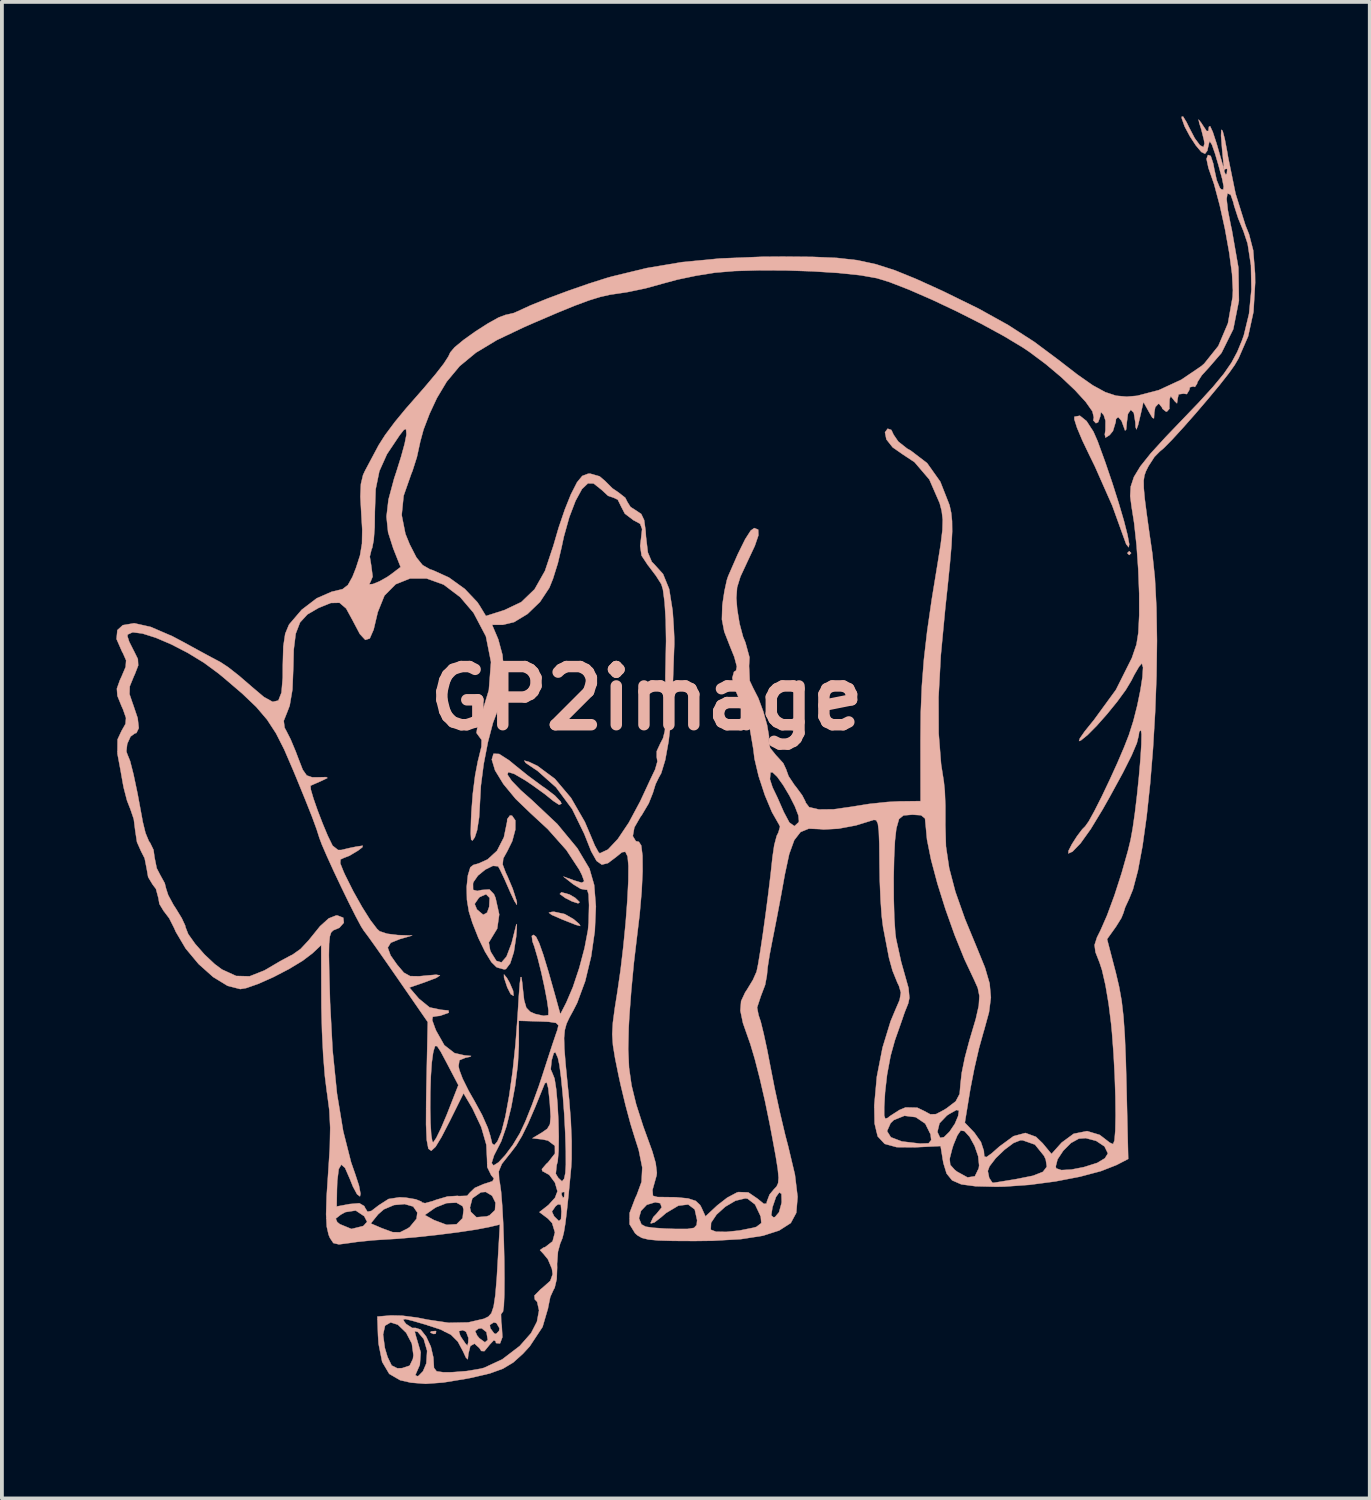
<source format=kicad_pcb>
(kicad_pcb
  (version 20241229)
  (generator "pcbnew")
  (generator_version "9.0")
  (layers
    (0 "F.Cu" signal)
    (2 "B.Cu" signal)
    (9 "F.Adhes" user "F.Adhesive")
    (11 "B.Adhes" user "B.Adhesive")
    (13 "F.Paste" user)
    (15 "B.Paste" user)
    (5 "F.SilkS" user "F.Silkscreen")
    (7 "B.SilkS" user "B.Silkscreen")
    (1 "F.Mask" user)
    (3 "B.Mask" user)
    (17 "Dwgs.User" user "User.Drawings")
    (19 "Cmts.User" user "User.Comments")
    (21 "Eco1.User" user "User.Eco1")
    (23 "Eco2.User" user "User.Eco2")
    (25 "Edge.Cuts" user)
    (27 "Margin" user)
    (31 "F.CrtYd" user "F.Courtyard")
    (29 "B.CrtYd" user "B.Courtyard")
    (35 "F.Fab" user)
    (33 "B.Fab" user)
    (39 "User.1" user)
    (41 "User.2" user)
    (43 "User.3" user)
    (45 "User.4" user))
  (footprint "GP2image"
    (layer "F.Cu")
    (at 13.904 15.259)
    (property "Reference" "GP2image" (at 0 0 0) (layer "B.SilkS") (effects (font (size 1.524 1.524) (thickness 0.3))))
    (attr through_hole)
    (fp_poly (pts (xy 12.7 -3.81) (xy 12.649 -3.759) (xy 12.598 -3.81) (xy 12.649 -3.861) (xy 12.7 -3.81)) (stroke (width 0.01) (type solid)) (fill yes) (layer "B.SilkS"))
    (fp_poly (pts (xy -5.52 16.595) (xy -5.534 16.655) (xy -5.588 16.662) (xy -5.672 16.625) (xy -5.656 16.595) (xy -5.535 16.583) (xy -5.52 16.595)) (stroke (width 0.01) (type solid)) (fill yes) (layer "B.SilkS"))
    (fp_poly (pts (xy -2.027 5.139) (xy -1.874 5.229) (xy -1.758 5.342) (xy -1.797 5.373) (xy -1.957 5.322) (xy -2.134 5.232) (xy -2.279 5.127) (xy -2.239 5.084) (xy -2.229 5.084) (xy -2.027 5.139)) (stroke (width 0.01) (type solid)) (fill yes) (layer "B.SilkS"))
    (fp_poly (pts (xy -3.667 7.326) (xy -3.595 7.451) (xy -3.503 7.665) (xy -3.491 7.792) (xy -3.494 7.795) (xy -3.565 7.754) (xy -3.655 7.577) (xy -3.655 7.577) (xy -3.74 7.322) (xy -3.743 7.235) (xy -3.667 7.326)) (stroke (width 0.01) (type solid)) (fill yes) (layer "B.SilkS"))
    (fp_poly (pts (xy -2.149 5.654) (xy -1.916 5.788) (xy -1.768 5.916) (xy -1.741 5.966) (xy -1.855 5.937) (xy -2.129 5.829) (xy -2.235 5.786) (xy -2.488 5.676) (xy -2.566 5.618) (xy -2.485 5.596) (xy -2.424 5.594) (xy -2.149 5.654)) (stroke (width 0.01) (type solid)) (fill yes) (layer "B.SilkS"))
    (fp_poly (pts (xy 11.53 -7.271) (xy 11.711 -6.992) (xy 11.819 -6.746) (xy 12.02 -6.194) (xy 12.208 -5.64) (xy 12.375 -5.114) (xy 12.511 -4.652) (xy 12.605 -4.283) (xy 12.649 -4.043) (xy 12.635 -3.962) (xy 12.57 -4.042) (xy 12.552 -4.089) (xy 12.204 -5.054) (xy 11.749 -6.082) (xy 11.607 -6.372) (xy 11.418 -6.767) (xy 11.28 -7.096) (xy 11.21 -7.316) (xy 11.211 -7.384) (xy 11.355 -7.411) (xy 11.53 -7.271)) (stroke (width 0.01) (type solid)) (fill yes) (layer "B.SilkS"))
    (fp_poly (pts (xy -3.531 3.074) (xy -3.444 3.198) (xy -3.445 3.44) (xy -3.525 3.74) (xy -3.652 3.998) (xy -3.761 4.195) (xy -3.777 4.353) (xy -3.698 4.564) (xy -3.65 4.665) (xy -3.513 4.99) (xy -3.413 5.3) (xy -3.404 5.341) (xy -3.405 5.41) (xy -3.469 5.312) (xy -3.583 5.069) (xy -3.593 5.045) (xy -3.732 4.729) (xy -3.843 4.495) (xy -3.896 4.401) (xy -4.032 4.389) (xy -4.23 4.486) (xy -4.424 4.644) (xy -4.543 4.815) (xy -4.554 4.856) (xy -4.552 5.018) (xy -4.442 5.047) (xy -4.327 5.022) (xy -4.124 5.008) (xy -4.005 5.132) (xy -3.964 5.228) (xy -3.867 5.664) (xy -3.92 6.035) (xy -4.029 6.215) (xy -4.14 6.398) (xy -4.104 6.605) (xy -4.082 6.655) (xy -3.941 6.882) (xy -3.807 6.92) (xy -3.675 6.767) (xy -3.543 6.418) (xy -3.423 5.944) (xy -3.405 5.915) (xy -3.408 6.057) (xy -3.422 6.241) (xy -3.483 6.646) (xy -3.578 6.944) (xy -3.691 7.094) (xy -3.737 7.104) (xy -3.89 7.062) (xy -3.94 7.044) (xy -4.072 6.913) (xy -4.238 6.641) (xy -4.413 6.28) (xy -4.57 5.883) (xy -4.662 5.588) (xy -4.695 5.388) (xy -4.511 5.388) (xy -4.452 5.53) (xy -4.444 5.539) (xy -4.285 5.672) (xy -4.184 5.615) (xy -4.13 5.463) (xy -4.118 5.23) (xy -4.212 5.134) (xy -4.377 5.206) (xy -4.404 5.232) (xy -4.511 5.388) (xy -4.695 5.388) (xy -4.713 5.278) (xy -4.72 4.942) (xy -4.688 4.639) (xy -4.624 4.428) (xy -4.545 4.366) (xy -4.41 4.328) (xy -4.186 4.227) (xy -4.169 4.218) (xy -3.925 3.994) (xy -3.744 3.64) (xy -3.66 3.231) (xy -3.658 3.167) (xy -3.586 3.069) (xy -3.531 3.074)) (stroke (width 0.01) (type solid)) (fill yes) (layer "B.SilkS"))
    (fp_poly (pts (xy 14.151 -15.107) (xy 14.216 -14.973) (xy 14.367 -14.684) (xy 14.501 -14.503) (xy 14.594 -14.451) (xy 14.622 -14.546) (xy 14.607 -14.641) (xy 14.535 -14.926) (xy 14.484 -15.088) (xy 14.467 -15.177) (xy 14.539 -15.085) (xy 14.569 -15.037) (xy 14.679 -14.873) (xy 14.725 -14.877) (xy 14.738 -14.986) (xy 14.769 -15.001) (xy 14.839 -14.851) (xy 14.932 -14.568) (xy 14.944 -14.529) (xy 15.135 -13.868) (xy 15.083 -14.402) (xy 15.056 -14.751) (xy 15.063 -14.908) (xy 15.097 -14.879) (xy 15.152 -14.672) (xy 15.224 -14.293) (xy 15.239 -14.199) (xy 15.437 -13.229) (xy 15.694 -12.407) (xy 15.789 -12.17) (xy 15.898 -11.749) (xy 15.947 -11.138) (xy 15.95 -10.9) (xy 15.906 -10.134) (xy 15.766 -9.493) (xy 15.514 -8.913) (xy 15.412 -8.738) (xy 15.259 -8.522) (xy 15.016 -8.213) (xy 14.713 -7.848) (xy 14.384 -7.463) (xy 14.059 -7.095) (xy 13.772 -6.782) (xy 13.553 -6.56) (xy 13.448 -6.472) (xy 13.309 -6.33) (xy 13.157 -6.095) (xy 13.145 -6.073) (xy 13.086 -5.955) (xy 13.047 -5.844) (xy 13.027 -5.708) (xy 13.03 -5.516) (xy 13.055 -5.238) (xy 13.106 -4.842) (xy 13.182 -4.297) (xy 13.253 -3.81) (xy 13.322 -3.154) (xy 13.362 -2.379) (xy 13.376 -1.514) (xy 13.364 -0.59) (xy 13.328 0.363) (xy 13.272 1.315) (xy 13.197 2.236) (xy 13.105 3.096) (xy 12.998 3.864) (xy 12.877 4.512) (xy 12.746 5.008) (xy 12.646 5.254) (xy 12.542 5.478) (xy 12.497 5.623) (xy 12.497 5.623) (xy 12.443 5.756) (xy 12.31 5.971) (xy 12.283 6.01) (xy 12.068 6.311) (xy 12.298 7.194) (xy 12.384 7.56) (xy 12.45 7.929) (xy 12.498 8.345) (xy 12.533 8.848) (xy 12.559 9.481) (xy 12.575 10.075) (xy 12.622 12.073) (xy 12.315 12.232) (xy 11.907 12.392) (xy 11.352 12.539) (xy 10.708 12.663) (xy 10.031 12.752) (xy 9.379 12.798) (xy 9.161 12.802) (xy 8.621 12.789) (xy 8.247 12.739) (xy 8.006 12.634) (xy 7.861 12.455) (xy 7.778 12.184) (xy 7.759 12.078) (xy 7.758 12.069) (xy 7.941 12.069) (xy 7.957 12.227) (xy 8.072 12.356) (xy 8.134 12.405) (xy 8.41 12.557) (xy 8.602 12.527) (xy 8.67 12.389) (xy 8.941 12.389) (xy 8.978 12.57) (xy 9.058 12.691) (xy 9.085 12.699) (xy 9.181 12.684) (xy 9.421 12.645) (xy 9.688 12.601) (xy 10.127 12.513) (xy 10.386 12.411) (xy 10.489 12.276) (xy 10.489 12.274) (xy 10.721 12.274) (xy 10.736 12.321) (xy 10.869 12.365) (xy 11.132 12.351) (xy 11.464 12.286) (xy 11.804 12.178) (xy 11.811 12.176) (xy 12.011 12.055) (xy 12.09 11.928) (xy 12.001 11.745) (xy 11.782 11.599) (xy 11.508 11.527) (xy 11.329 11.54) (xy 11.122 11.654) (xy 10.92 11.856) (xy 10.77 12.083) (xy 10.721 12.274) (xy 10.489 12.274) (xy 10.46 12.087) (xy 10.415 11.991) (xy 10.178 11.697) (xy 9.857 11.584) (xy 9.8 11.582) (xy 9.617 11.654) (xy 9.381 11.83) (xy 9.149 12.053) (xy 8.985 12.268) (xy 8.941 12.389) (xy 8.67 12.389) (xy 8.704 12.317) (xy 8.714 12.242) (xy 8.689 12.001) (xy 8.596 11.732) (xy 8.465 11.493) (xy 8.329 11.343) (xy 8.231 11.328) (xy 8.143 11.456) (xy 8.041 11.703) (xy 8.01 11.8) (xy 7.941 12.069) (xy 7.758 12.069) (xy 7.704 11.735) (xy 7.024 11.768) (xy 6.552 11.764) (xy 6.238 11.678) (xy 6.055 11.482) (xy 6.021 11.343) (xy 6.3 11.343) (xy 6.4 11.504) (xy 6.688 11.614) (xy 7.156 11.669) (xy 7.174 11.67) (xy 7.39 11.662) (xy 7.458 11.578) (xy 7.441 11.427) (xy 7.41 11.365) (xy 7.62 11.365) (xy 7.692 11.519) (xy 7.793 11.501) (xy 7.937 11.359) (xy 8.078 11.151) (xy 8.164 10.947) (xy 8.185 10.806) (xy 8.119 10.789) (xy 7.93 10.895) (xy 7.87 10.934) (xy 7.675 11.138) (xy 7.62 11.365) (xy 7.41 11.365) (xy 7.301 11.146) (xy 7.052 10.978) (xy 6.756 10.941) (xy 6.479 11.052) (xy 6.393 11.135) (xy 6.3 11.343) (xy 6.021 11.343) (xy 5.974 11.145) (xy 5.97 10.934) (xy 6.225 10.934) (xy 6.254 11.017) (xy 6.318 10.997) (xy 6.375 10.95) (xy 6.622 10.791) (xy 6.787 10.722) (xy 7.092 10.729) (xy 7.264 10.811) (xy 7.435 10.903) (xy 7.584 10.898) (xy 7.794 10.787) (xy 7.864 10.743) (xy 8.1 10.563) (xy 8.203 10.369) (xy 8.225 10.109) (xy 8.258 9.816) (xy 8.341 9.41) (xy 8.458 8.97) (xy 8.482 8.89) (xy 8.627 8.401) (xy 8.705 8.054) (xy 8.721 7.8) (xy 8.678 7.588) (xy 8.587 7.384) (xy 8.329 6.837) (xy 8.072 6.203) (xy 7.831 5.525) (xy 7.62 4.852) (xy 7.454 4.229) (xy 7.348 3.702) (xy 7.315 3.351) (xy 7.295 3.147) (xy 7.192 3.063) (xy 6.964 3.048) (xy 6.731 3.067) (xy 6.614 3.162) (xy 6.548 3.394) (xy 6.541 3.429) (xy 6.507 3.732) (xy 6.485 4.177) (xy 6.474 4.703) (xy 6.476 5.247) (xy 6.49 5.748) (xy 6.516 6.146) (xy 6.536 6.299) (xy 6.67 6.907) (xy 6.863 7.593) (xy 6.886 7.852) (xy 6.854 7.999) (xy 6.772 8.203) (xy 6.744 8.28) (xy 6.695 8.425) (xy 6.6 8.696) (xy 6.506 8.962) (xy 6.393 9.369) (xy 6.3 9.868) (xy 6.248 10.324) (xy 6.225 10.714) (xy 6.225 10.934) (xy 5.97 10.934) (xy 5.965 10.666) (xy 6.033 9.915) (xy 6.182 9.153) (xy 6.393 8.464) (xy 6.507 8.191) (xy 6.63 7.905) (xy 6.663 7.714) (xy 6.613 7.538) (xy 6.57 7.45) (xy 6.443 7.136) (xy 6.352 6.806) (xy 6.288 6.472) (xy 6.214 6.086) (xy 6.196 5.994) (xy 6.16 5.706) (xy 6.13 5.277) (xy 6.109 4.769) (xy 6.102 4.333) (xy 6.097 3.82) (xy 6.084 3.481) (xy 6.059 3.282) (xy 6.016 3.193) (xy 5.952 3.184) (xy 5.931 3.191) (xy 5.484 3.329) (xy 5.024 3.415) (xy 4.636 3.436) (xy 4.538 3.426) (xy 4.249 3.414) (xy 4.032 3.503) (xy 3.867 3.716) (xy 3.735 4.081) (xy 3.619 4.622) (xy 3.61 4.674) (xy 3.515 5.199) (xy 3.411 5.748) (xy 3.318 6.222) (xy 3.295 6.337) (xy 3.221 6.723) (xy 3.169 7.057) (xy 3.15 7.261) (xy 3.104 7.51) (xy 2.995 7.796) (xy 2.992 7.804) (xy 2.893 8.105) (xy 2.932 8.304) (xy 2.989 8.474) (xy 3.068 8.797) (xy 3.16 9.224) (xy 3.243 9.656) (xy 3.358 10.243) (xy 3.495 10.872) (xy 3.632 11.451) (xy 3.707 11.736) (xy 3.885 12.485) (xy 3.955 13.066) (xy 3.92 13.486) (xy 3.778 13.75) (xy 3.769 13.758) (xy 3.471 13.949) (xy 3.045 14.086) (xy 2.472 14.175) (xy 1.731 14.218) (xy 1.254 14.224) (xy 0.697 14.221) (xy 0.306 14.21) (xy 0.043 14.185) (xy -0.128 14.142) (xy -0.244 14.075) (xy -0.306 14.019) (xy -0.366 13.921) (xy 1.678 13.921) (xy 1.683 13.93) (xy 1.817 13.98) (xy 2.087 13.985) (xy 2.432 13.949) (xy 2.791 13.877) (xy 2.874 13.854) (xy 3.004 13.755) (xy 2.989 13.581) (xy 2.975 13.551) (xy 3.264 13.551) (xy 3.323 13.604) (xy 3.364 13.594) (xy 3.468 13.471) (xy 3.534 13.232) (xy 3.538 13.2) (xy 3.532 12.988) (xy 3.475 12.949) (xy 3.389 13.069) (xy 3.298 13.334) (xy 3.295 13.348) (xy 3.264 13.551) (xy 2.975 13.551) (xy 2.839 13.265) (xy 2.644 13.115) (xy 2.583 13.106) (xy 2.326 13.168) (xy 2.059 13.325) (xy 1.83 13.532) (xy 1.687 13.745) (xy 1.678 13.921) (xy -0.366 13.921) (xy -0.45 13.784) (xy -0.449 13.626) (xy -0.204 13.626) (xy -0.139 13.788) (xy -0.025 13.849) (xy 0.172 13.877) (xy 0.49 13.899) (xy 0.737 13.907) (xy 1.066 13.908) (xy 1.24 13.88) (xy 1.309 13.804) (xy 1.321 13.678) (xy 1.258 13.395) (xy 1.087 13.267) (xy 0.829 13.298) (xy 0.508 13.489) (xy 0.381 13.598) (xy 0.204 13.736) (xy 0.108 13.764) (xy 0.102 13.747) (xy 0.172 13.598) (xy 0.254 13.513) (xy 0.393 13.344) (xy 0.355 13.234) (xy 0.224 13.208) (xy 0.001 13.275) (xy -0.15 13.434) (xy -0.204 13.626) (xy -0.449 13.626) (xy -0.448 13.487) (xy -0.298 13.092) (xy -0.263 13.022) (xy -0.136 12.675) (xy -0.117 12.298) (xy -0.21 11.838) (xy -0.311 11.522) (xy -0.425 11.153) (xy -0.556 10.664) (xy -0.683 10.136) (xy -0.738 9.884) (xy -0.83 9.43) (xy -0.885 9.091) (xy -0.904 8.802) (xy -0.887 8.496) (xy -0.835 8.108) (xy -0.77 7.699) (xy -0.686 7.12) (xy -0.613 6.499) (xy -0.552 5.877) (xy -0.508 5.291) (xy -0.482 4.783) (xy -0.479 4.391) (xy -0.5 4.155) (xy -0.505 4.135) (xy -0.561 4.02) (xy -0.649 4.033) (xy -0.807 4.161) (xy -1.016 4.318) (xy -1.177 4.358) (xy -1.314 4.261) (xy -1.456 4.008) (xy -1.626 3.58) (xy -1.635 3.556) (xy -1.954 2.902) (xy -2.378 2.33) (xy -2.866 1.896) (xy -2.961 1.834) (xy -3.174 1.689) (xy -3.21 1.63) (xy -3.083 1.665) (xy -2.865 1.769) (xy -2.409 2.107) (xy -1.985 2.608) (xy -1.624 3.234) (xy -1.476 3.581) (xy -1.361 3.856) (xy -1.266 4.029) (xy -1.231 4.062) (xy -1.016 3.961) (xy -0.758 3.686) (xy -0.471 3.258) (xy -0.171 2.698) (xy -0.05 2.438) (xy 0.088 2.14) (xy 0.21 1.884) (xy 0.22 1.864) (xy 0.28 1.653) (xy 0.262 1.537) (xy 0.263 1.382) (xy 0.355 1.183) (xy 0.428 1.042) (xy 0.474 0.858) (xy 0.497 0.591) (xy 0.501 0.201) (xy 0.488 -0.352) (xy 0.488 -0.356) (xy 0.488 -0.599) (xy 0.495 -0.905) (xy 0.495 -0.914) (xy 0.507 -1.508) (xy 0.498 -2.058) (xy 0.469 -2.521) (xy 0.425 -2.855) (xy 0.383 -2.994) (xy 0.244 -3.213) (xy 0.049 -3.471) (xy 0.029 -3.495) (xy -0.135 -3.744) (xy -0.172 -3.998) (xy -0.15 -4.18) (xy -0.121 -4.44) (xy -0.172 -4.577) (xy -0.331 -4.664) (xy -0.344 -4.669) (xy -0.575 -4.845) (xy -0.669 -5.027) (xy -0.759 -5.21) (xy -0.863 -5.26) (xy -1.013 -5.311) (xy -1.182 -5.467) (xy -1.392 -5.635) (xy -1.541 -5.638) (xy -1.698 -5.488) (xy -1.867 -5.178) (xy -2.031 -4.748) (xy -2.173 -4.239) (xy -2.231 -3.967) (xy -2.33 -3.545) (xy -2.458 -3.135) (xy -2.553 -2.9) (xy -2.798 -2.529) (xy -3.125 -2.214) (xy -3.478 -2) (xy -3.77 -1.93) (xy -4.054 -1.93) (xy -3.892 -1.549) (xy -3.782 -1.141) (xy -3.74 -0.655) (xy -3.767 -0.176) (xy -3.863 0.212) (xy -3.887 0.264) (xy -4.03 0.637) (xy -4.163 1.145) (xy -4.274 1.718) (xy -4.348 2.289) (xy -4.372 2.73) (xy -4.394 3.118) (xy -4.446 3.453) (xy -4.507 3.64) (xy -4.568 3.727) (xy -4.603 3.702) (xy -4.614 3.537) (xy -4.606 3.207) (xy -4.596 2.979) (xy -4.559 2.497) (xy -4.499 2.023) (xy -4.427 1.645) (xy -4.41 1.581) (xy -4.333 1.264) (xy -4.329 1.087) (xy -4.393 1.001) (xy -4.463 0.904) (xy -4.433 0.722) (xy -4.384 0.589) (xy -4.139 -0.218) (xy -4.082 -0.954) (xy -4.216 -1.628) (xy -4.541 -2.245) (xy -4.89 -2.655) (xy -5.323 -2.983) (xy -5.771 -3.144) (xy -6.202 -3.145) (xy -6.581 -2.993) (xy -6.876 -2.695) (xy -7.053 -2.256) (xy -7.057 -2.235) (xy -7.159 -1.804) (xy -7.261 -1.571) (xy -7.378 -1.534) (xy -7.521 -1.689) (xy -7.702 -2.031) (xy -7.704 -2.036) (xy -7.88 -2.358) (xy -8.054 -2.507) (xy -8.282 -2.502) (xy -8.603 -2.372) (xy -8.895 -2.202) (xy -9.089 -1.991) (xy -9.202 -1.697) (xy -9.254 -1.277) (xy -9.264 -0.844) (xy -9.288 -0.234) (xy -9.36 0.19) (xy -9.42 0.347) (xy -9.516 0.588) (xy -9.493 0.768) (xy -9.445 0.857) (xy -9.335 1.073) (xy -9.202 1.391) (xy -9.133 1.574) (xy -9.018 1.87) (xy -8.913 2.019) (xy -8.77 2.068) (xy -8.616 2.068) (xy -8.399 2.063) (xy -8.369 2.086) (xy -8.512 2.155) (xy -8.534 2.165) (xy -8.73 2.251) (xy -8.814 2.289) (xy -8.806 2.39) (xy -8.737 2.624) (xy -8.627 2.939) (xy -8.495 3.282) (xy -8.362 3.6) (xy -8.245 3.841) (xy -8.234 3.861) (xy -8.092 3.973) (xy -8.01 3.974) (xy -7.807 3.925) (xy -7.62 3.887) (xy -7.445 3.861) (xy -7.456 3.903) (xy -7.569 3.99) (xy -7.795 4.125) (xy -7.936 4.179) (xy -8.028 4.222) (xy -8.034 4.323) (xy -7.949 4.537) (xy -7.91 4.623) (xy -7.694 5.055) (xy -7.463 5.466) (xy -7.246 5.811) (xy -7.07 6.042) (xy -7.002 6.104) (xy -6.805 6.169) (xy -6.524 6.204) (xy -6.502 6.205) (xy -6.147 6.216) (xy -6.477 6.311) (xy -6.711 6.406) (xy -6.789 6.535) (xy -6.715 6.737) (xy -6.545 6.979) (xy -6.366 7.19) (xy -6.202 7.28) (xy -5.964 7.284) (xy -5.817 7.269) (xy -5.52 7.243) (xy -5.42 7.262) (xy -5.516 7.326) (xy -5.809 7.437) (xy -5.836 7.447) (xy -6.222 7.58) (xy -5.972 7.871) (xy -5.692 8.1) (xy -5.397 8.162) (xy -5.198 8.181) (xy -5.188 8.235) (xy -5.203 8.245) (xy -5.42 8.321) (xy -5.507 8.33) (xy -5.61 8.347) (xy -5.624 8.433) (xy -5.55 8.639) (xy -5.522 8.709) (xy -5.306 9.091) (xy -5.039 9.298) (xy -4.775 9.358) (xy -4.604 9.373) (xy -4.63 9.394) (xy -4.75 9.419) (xy -4.91 9.485) (xy -4.933 9.638) (xy -4.914 9.735) (xy -4.827 9.967) (xy -4.666 10.291) (xy -4.509 10.566) (xy -4.316 10.92) (xy -4.166 11.259) (xy -4.103 11.459) (xy -4.051 11.672) (xy -3.995 11.709) (xy -3.913 11.611) (xy -3.81 11.37) (xy -3.706 10.961) (xy -3.606 10.417) (xy -3.515 9.774) (xy -3.44 9.066) (xy -3.385 8.331) (xy -3.353 7.805) (xy -3.327 7.468) (xy -3.305 7.306) (xy -3.285 7.306) (xy -3.264 7.454) (xy -3.253 7.567) (xy -3.214 7.912) (xy -3.156 8.11) (xy -3.052 8.216) (xy -2.923 8.272) (xy -2.703 8.321) (xy -2.579 8.303) (xy -2.575 8.184) (xy -2.612 7.923) (xy -2.679 7.571) (xy -2.764 7.183) (xy -2.857 6.81) (xy -2.946 6.506) (xy -2.994 6.375) (xy -3.013 6.228) (xy -2.967 6.198) (xy -2.902 6.248) (xy -2.82 6.413) (xy -2.713 6.715) (xy -2.574 7.173) (xy -2.405 7.771) (xy -2.265 8.278) (xy -2.109 7.974) (xy -1.936 7.569) (xy -1.768 7.064) (xy -1.629 6.54) (xy -1.541 6.076) (xy -1.523 5.885) (xy -1.512 5.421) (xy -1.524 5.138) (xy -1.561 5.016) (xy -1.603 5.015) (xy -1.729 4.993) (xy -1.925 4.873) (xy -1.933 4.867) (xy -2.184 4.67) (xy -1.905 4.771) (xy -1.702 4.832) (xy -1.639 4.793) (xy -1.701 4.624) (xy -1.768 4.491) (xy -2.106 3.976) (xy -2.594 3.427) (xy -3.045 3.01) (xy -3.437 2.633) (xy -3.758 2.244) (xy -3.976 1.887) (xy -4.061 1.605) (xy -4.061 1.6) (xy -4.016 1.45) (xy -3.869 1.456) (xy -3.61 1.622) (xy -3.451 1.753) (xy -3.113 2.025) (xy -2.745 2.297) (xy -2.651 2.361) (xy -2.409 2.546) (xy -2.259 2.704) (xy -2.235 2.76) (xy -2.297 2.788) (xy -2.451 2.687) (xy -2.464 2.676) (xy -2.68 2.502) (xy -2.984 2.283) (xy -3.175 2.153) (xy -3.473 1.979) (xy -3.63 1.931) (xy -3.651 1.996) (xy -3.541 2.159) (xy -3.304 2.405) (xy -3.015 2.661) (xy -2.346 3.291) (xy -1.82 3.927) (xy -1.502 4.461) (xy -1.378 4.89) (xy -1.333 5.452) (xy -1.361 6.095) (xy -1.457 6.765) (xy -1.613 7.412) (xy -1.824 7.983) (xy -1.924 8.179) (xy -2.028 8.369) (xy -2.103 8.529) (xy -2.148 8.694) (xy -2.167 8.901) (xy -2.159 9.183) (xy -2.128 9.576) (xy -2.075 10.116) (xy -2.034 10.516) (xy -1.991 11.056) (xy -1.968 11.603) (xy -1.969 12.076) (xy -1.981 12.294) (xy -2.043 12.945) (xy -2.093 13.425) (xy -2.134 13.765) (xy -2.172 13.996) (xy -2.211 14.151) (xy -2.255 14.259) (xy -2.264 14.275) (xy -2.327 14.503) (xy -2.351 14.822) (xy -2.349 14.919) (xy -2.36 15.223) (xy -2.414 15.452) (xy -2.44 15.496) (xy -2.528 15.688) (xy -2.585 15.966) (xy -2.586 15.982) (xy -2.731 16.477) (xy -3.067 16.986) (xy -3.245 17.18) (xy -3.498 17.408) (xy -3.769 17.571) (xy -4.114 17.696) (xy -4.59 17.808) (xy -4.737 17.836) (xy -5.334 17.934) (xy -5.796 17.968) (xy -6.184 17.937) (xy -6.465 17.873) (xy -6.75 17.707) (xy -6.935 17.394) (xy -7.03 16.918) (xy -7.044 16.698) (xy -7.045 16.677) (xy -6.912 16.677) (xy -6.865 17.028) (xy -6.795 17.262) (xy -6.687 17.487) (xy -6.538 17.561) (xy -6.414 17.557) (xy -6.215 17.492) (xy -6.13 17.315) (xy -6.116 17.216) (xy -6.158 16.912) (xy -6.309 16.624) (xy -6.345 16.59) (xy -6.084 16.59) (xy -6.049 16.722) (xy -5.925 17.141) (xy -5.948 17.47) (xy -5.995 17.577) (xy -6.065 17.738) (xy -6.018 17.769) (xy -5.984 17.76) (xy -5.865 17.638) (xy -5.778 17.433) (xy -5.757 17.102) (xy -5.846 16.793) (xy -6.005 16.605) (xy -6.084 16.59) (xy -6.345 16.59) (xy -6.524 16.418) (xy -6.713 16.358) (xy -6.86 16.443) (xy -6.912 16.677) (xy -7.045 16.677) (xy -7.059 16.281) (xy -6.385 16.281) (xy -6.351 16.345) (xy -6.304 16.402) (xy -6.145 16.504) (xy -6.061 16.502) (xy -5.926 16.546) (xy -5.782 16.729) (xy -5.66 16.993) (xy -5.593 17.278) (xy -5.588 17.362) (xy -5.577 17.55) (xy -5.508 17.64) (xy -5.328 17.666) (xy -5.105 17.664) (xy -4.723 17.634) (xy -4.357 17.572) (xy -4.267 17.549) (xy -3.788 17.327) (xy -3.329 16.976) (xy -3.032 16.639) (xy -2.878 16.339) (xy -2.823 16.043) (xy -2.873 15.818) (xy -2.934 15.756) (xy -2.944 15.655) (xy -2.779 15.487) (xy -2.735 15.453) (xy -2.528 15.268) (xy -2.466 15.094) (xy -2.486 14.951) (xy -2.59 14.704) (xy -2.705 14.563) (xy -2.798 14.463) (xy -2.711 14.399) (xy -2.66 14.382) (xy -2.468 14.233) (xy -2.406 13.998) (xy -2.481 13.753) (xy -2.589 13.637) (xy -2.814 13.467) (xy -2.796 13.453) (xy -2.486 13.453) (xy -2.427 13.577) (xy -2.302 13.7) (xy -2.247 13.652) (xy -2.235 13.45) (xy -2.252 13.271) (xy -2.325 13.263) (xy -2.389 13.311) (xy -2.486 13.453) (xy -2.796 13.453) (xy -2.575 13.279) (xy -2.404 13.09) (xy -2.372 13.005) (xy -2.235 13.005) (xy -2.198 13.088) (xy -2.167 13.073) (xy -2.155 12.952) (xy -2.167 12.937) (xy -2.228 12.951) (xy -2.235 13.005) (xy -2.372 13.005) (xy -2.34 12.921) (xy -2.406 12.693) (xy -2.556 12.49) (xy -2.725 12.396) (xy -2.735 12.395) (xy -2.749 12.34) (xy -2.632 12.203) (xy -2.59 12.166) (xy -2.406 11.931) (xy -2.408 11.728) (xy -2.587 11.592) (xy -2.726 11.562) (xy -2.997 11.53) (xy -2.743 11.378) (xy -2.607 11.282) (xy -2.537 11.163) (xy -2.519 10.965) (xy -2.539 10.629) (xy -2.544 10.566) (xy -2.581 10.22) (xy -2.622 10.065) (xy -2.671 10.09) (xy -2.679 10.109) (xy -2.921 10.706) (xy -3.112 11.148) (xy -3.272 11.473) (xy -3.419 11.718) (xy -3.572 11.919) (xy -3.6 11.952) (xy -3.799 12.205) (xy -3.879 12.399) (xy -3.868 12.617) (xy -3.851 12.696) (xy -3.818 12.931) (xy -3.789 13.292) (xy -3.764 13.74) (xy -3.746 14.237) (xy -3.734 14.743) (xy -3.73 15.218) (xy -3.733 15.626) (xy -3.746 15.926) (xy -3.768 16.079) (xy -3.782 16.09) (xy -3.82 16.144) (xy -3.815 16.342) (xy -3.801 16.439) (xy -3.784 16.745) (xy -3.844 16.906) (xy -3.85 16.91) (xy -3.951 16.9) (xy -3.962 16.849) (xy -4.009 16.826) (xy -4.123 16.948) (xy -4.129 16.957) (xy -4.256 17.112) (xy -4.337 17.107) (xy -4.389 17.028) (xy -4.514 16.915) (xy -4.624 16.976) (xy -4.677 17.188) (xy -4.678 17.202) (xy -4.691 17.326) (xy -4.739 17.282) (xy -4.814 17.12) (xy -4.952 16.861) (xy -5.131 16.682) (xy -5.314 16.589) (xy -4.925 16.589) (xy -4.887 16.709) (xy -4.853 16.764) (xy -4.746 16.921) (xy -4.7 16.967) (xy -4.679 16.882) (xy -4.674 16.764) (xy -4.738 16.598) (xy -4.769 16.585) (xy -4.498 16.585) (xy -4.447 16.701) (xy -4.387 16.774) (xy -4.241 16.88) (xy -4.167 16.817) (xy -4.201 16.615) (xy -4.203 16.61) (xy -4.329 16.511) (xy -4.408 16.52) (xy -4.498 16.585) (xy -4.769 16.585) (xy -4.827 16.561) (xy -4.925 16.589) (xy -5.314 16.589) (xy -5.404 16.544) (xy -5.766 16.425) (xy -4.113 16.425) (xy -4.101 16.51) (xy -4.001 16.644) (xy -3.952 16.662) (xy -3.871 16.58) (xy -3.861 16.51) (xy -3.94 16.375) (xy -4.01 16.358) (xy -4.113 16.425) (xy -5.766 16.425) (xy -5.784 16.419) (xy -6.135 16.317) (xy -6.324 16.271) (xy -6.385 16.281) (xy -7.059 16.281) (xy -7.061 16.205) (xy -6.705 16.175) (xy -6.407 16.182) (xy -6.016 16.232) (xy -5.74 16.287) (xy -5.192 16.368) (xy -4.679 16.358) (xy -4.265 16.262) (xy -4.15 16.205) (xy -4.072 16.117) (xy -4.013 15.94) (xy -3.968 15.64) (xy -3.93 15.185) (xy -3.916 14.948) (xy -3.849 13.792) (xy -4.134 13.859) (xy -4.472 13.924) (xy -4.947 13.995) (xy -5.493 14.064) (xy -6.043 14.123) (xy -6.534 14.165) (xy -6.756 14.178) (xy -7.179 14.205) (xy -7.595 14.248) (xy -7.796 14.277) (xy -8.069 14.313) (xy -8.215 14.278) (xy -8.305 14.143) (xy -8.34 14.059) (xy -8.388 13.848) (xy -8.399 13.637) (xy -8.153 13.637) (xy -8.114 13.727) (xy -8.044 13.783) (xy -7.741 13.908) (xy -7.438 13.833) (xy -7.423 13.824) (xy -7.369 13.764) (xy -7.234 13.764) (xy -6.945 13.888) (xy -6.662 13.992) (xy -6.467 13.996) (xy -6.27 13.897) (xy -6.214 13.859) (xy -6.035 13.642) (xy -6.022 13.543) (xy -5.817 13.543) (xy -5.576 13.676) (xy -5.245 13.8) (xy -4.984 13.784) (xy -4.832 13.631) (xy -4.826 13.615) (xy -4.801 13.404) (xy -4.815 13.35) (xy -4.635 13.35) (xy -4.609 13.462) (xy -4.464 13.601) (xy -4.197 13.579) (xy -4.123 13.553) (xy -3.979 13.416) (xy -3.964 13.22) (xy -4.054 13.037) (xy -4.221 12.937) (xy -4.347 12.947) (xy -4.571 13.105) (xy -4.635 13.35) (xy -4.815 13.35) (xy -4.825 13.311) (xy -4.988 13.219) (xy -5.247 13.231) (xy -5.525 13.341) (xy -5.578 13.375) (xy -5.817 13.543) (xy -6.022 13.543) (xy -6.014 13.478) (xy -6.122 13.32) (xy -6.347 13.256) (xy -6.624 13.281) (xy -6.891 13.394) (xy -7.041 13.525) (xy -7.234 13.764) (xy -7.369 13.764) (xy -7.33 13.722) (xy -7.401 13.583) (xy -7.41 13.571) (xy -7.629 13.425) (xy -7.9 13.467) (xy -8.02 13.533) (xy -8.153 13.637) (xy -8.399 13.637) (xy -8.405 13.521) (xy -8.391 13.049) (xy -8.351 12.446) (xy -8.308 11.782) (xy -8.298 11.256) (xy -8.32 10.803) (xy -8.378 10.361) (xy -8.386 10.312) (xy -8.437 9.903) (xy -8.481 9.357) (xy -8.512 8.738) (xy -8.528 8.111) (xy -8.529 7.983) (xy -8.534 6.467) (xy -8.764 6.683) (xy -9.02 6.877) (xy -9.379 7.094) (xy -9.785 7.305) (xy -10.179 7.481) (xy -10.502 7.594) (xy -10.655 7.62) (xy -10.989 7.534) (xy -11.367 7.303) (xy -11.747 6.964) (xy -12.087 6.556) (xy -12.346 6.118) (xy -12.387 6.023) (xy -12.518 5.764) (xy -12.654 5.584) (xy -12.66 5.579) (xy -12.775 5.388) (xy -12.802 5.232) (xy -12.866 4.993) (xy -12.954 4.877) (xy -13.07 4.684) (xy -13.106 4.477) (xy -13.162 4.191) (xy -13.256 4.007) (xy -13.363 3.766) (xy -13.408 3.473) (xy -13.447 3.164) (xy -13.532 2.914) (xy -13.625 2.675) (xy -13.71 2.347) (xy -13.732 2.235) (xy -13.797 1.867) (xy -13.862 1.52) (xy -13.876 1.448) (xy -13.875 1.391) (xy -13.642 1.391) (xy -13.612 1.473) (xy -13.544 1.64) (xy -13.455 1.988) (xy -13.348 2.496) (xy -13.228 3.144) (xy -13.213 3.231) (xy -13.14 3.528) (xy -13.05 3.745) (xy -13.02 3.784) (xy -12.93 3.97) (xy -12.903 4.167) (xy -12.846 4.451) (xy -12.754 4.629) (xy -12.635 4.845) (xy -12.602 4.98) (xy -12.545 5.155) (xy -12.408 5.41) (xy -12.344 5.508) (xy -12.189 5.762) (xy -12.099 5.956) (xy -12.09 6) (xy -12.02 6.178) (xy -11.838 6.434) (xy -11.592 6.714) (xy -11.325 6.965) (xy -11.135 7.106) (xy -10.762 7.276) (xy -10.411 7.285) (xy -10.022 7.131) (xy -9.906 7.063) (xy -9.61 6.889) (xy -9.352 6.75) (xy -9.284 6.717) (xy -9.074 6.568) (xy -8.862 6.341) (xy -8.855 6.332) (xy -8.564 5.972) (xy -8.337 5.767) (xy -8.145 5.691) (xy -8.11 5.69) (xy -7.955 5.749) (xy -7.94 5.88) (xy -8.056 6.012) (xy -8.141 6.049) (xy -8.218 6.08) (xy -8.273 6.135) (xy -8.308 6.242) (xy -8.327 6.431) (xy -8.332 6.729) (xy -8.324 7.166) (xy -8.307 7.77) (xy -8.302 7.961) (xy -8.235 9.224) (xy -8.12 10.359) (xy -7.957 11.345) (xy -7.75 12.161) (xy -7.642 12.471) (xy -7.544 12.77) (xy -7.503 12.985) (xy -7.518 13.055) (xy -7.594 12.998) (xy -7.703 12.795) (xy -7.784 12.593) (xy -7.909 12.307) (xy -8.006 12.222) (xy -8.074 12.337) (xy -8.113 12.652) (xy -8.121 12.882) (xy -8.128 13.319) (xy -7.787 13.255) (xy -7.533 13.234) (xy -7.406 13.308) (xy -7.38 13.361) (xy -7.319 13.457) (xy -7.217 13.435) (xy -7.027 13.289) (xy -6.769 13.123) (xy -6.48 13.078) (xy -6.316 13.087) (xy -6.056 13.131) (xy -5.906 13.191) (xy -5.893 13.213) (xy -5.811 13.233) (xy -5.607 13.177) (xy -5.523 13.145) (xy -5.222 13.057) (xy -4.959 13.041) (xy -4.924 13.047) (xy -4.709 13.039) (xy -4.638 12.957) (xy -4.508 12.832) (xy -4.27 12.729) (xy -4.254 12.725) (xy -4.044 12.657) (xy -4.005 12.585) (xy -4.077 12.5) (xy -4.181 12.286) (xy -4.183 12.184) (xy -4.064 12.184) (xy -4.015 12.244) (xy -3.886 12.163) (xy -3.709 11.973) (xy -3.51 11.705) (xy -3.326 11.399) (xy -3.182 11.092) (xy -3.009 10.659) (xy -2.832 10.172) (xy -2.744 9.906) (xy -2.685 9.724) (xy -2.517 9.724) (xy -2.466 9.841) (xy -2.416 9.967) (xy -2.373 10.245) (xy -2.339 10.625) (xy -2.316 11.055) (xy -2.306 11.484) (xy -2.311 11.861) (xy -2.334 12.136) (xy -2.362 12.24) (xy -2.384 12.461) (xy -2.319 12.569) (xy -2.22 12.66) (xy -2.165 12.592) (xy -2.133 12.442) (xy -2.12 12.228) (xy -2.121 11.864) (xy -2.136 11.4) (xy -2.162 10.902) (xy -2.2 10.399) (xy -2.244 9.951) (xy -2.289 9.61) (xy -2.329 9.424) (xy -2.394 9.276) (xy -2.438 9.298) (xy -2.492 9.485) (xy -2.517 9.724) (xy -2.685 9.724) (xy -2.6 9.461) (xy -2.473 9.072) (xy -2.378 8.791) (xy -2.341 8.687) (xy -2.315 8.569) (xy -2.379 8.506) (xy -2.575 8.477) (xy -2.809 8.467) (xy -3.353 8.451) (xy -3.353 9.1) (xy -3.379 9.6) (xy -3.45 10.159) (xy -3.553 10.719) (xy -3.678 11.221) (xy -3.813 11.608) (xy -3.877 11.735) (xy -4.004 11.982) (xy -4.063 12.173) (xy -4.064 12.184) (xy -4.183 12.184) (xy -4.186 12.08) (xy -4.204 11.703) (xy -4.338 11.237) (xy -4.569 10.747) (xy -4.599 10.696) (xy -4.802 10.352) (xy -5.169 11.091) (xy -5.378 11.495) (xy -5.535 11.754) (xy -5.649 11.86) (xy -5.724 11.804) (xy -5.767 11.576) (xy -5.785 11.168) (xy -5.783 10.743) (xy -5.676 10.743) (xy -5.668 11.13) (xy -5.65 11.435) (xy -5.621 11.613) (xy -5.597 11.639) (xy -5.517 11.522) (xy -5.392 11.266) (xy -5.246 10.923) (xy -5.221 10.86) (xy -4.938 10.138) (xy -5.237 9.567) (xy -5.4 9.261) (xy -5.495 9.116) (xy -5.548 9.112) (xy -5.586 9.231) (xy -5.601 9.298) (xy -5.636 9.553) (xy -5.66 9.91) (xy -5.673 10.321) (xy -5.676 10.743) (xy -5.783 10.743) (xy -5.782 10.571) (xy -5.776 10.197) (xy -5.74 8.484) (xy -6.548 7.315) (xy -6.844 6.889) (xy -7.099 6.525) (xy -7.292 6.255) (xy -7.399 6.111) (xy -7.412 6.096) (xy -7.489 5.975) (xy -7.629 5.712) (xy -7.81 5.353) (xy -8.01 4.941) (xy -8.209 4.521) (xy -8.384 4.136) (xy -8.516 3.832) (xy -8.581 3.658) (xy -8.654 3.429) (xy -8.773 3.104) (xy -8.951 2.656) (xy -9.196 2.057) (xy -9.27 1.88) (xy -9.503 1.339) (xy -9.719 0.914) (xy -9.952 0.557) (xy -10.236 0.224) (xy -10.606 -0.129) (xy -11.098 -0.549) (xy -11.227 -0.655) (xy -11.608 -0.936) (xy -12.031 -1.194) (xy -12.463 -1.417) (xy -12.87 -1.591) (xy -13.219 -1.701) (xy -13.475 -1.734) (xy -13.605 -1.676) (xy -13.614 -1.634) (xy -13.568 -1.489) (xy -13.454 -1.262) (xy -13.443 -1.242) (xy -13.34 -1.033) (xy -13.331 -0.864) (xy -13.419 -0.636) (xy -13.446 -0.578) (xy -13.553 -0.315) (xy -13.559 -0.112) (xy -13.47 0.15) (xy -13.465 0.161) (xy -13.345 0.517) (xy -13.316 0.778) (xy -13.379 0.907) (xy -13.414 0.914) (xy -13.532 1) (xy -13.619 1.191) (xy -13.642 1.391) (xy -13.875 1.391) (xy -13.872 1.075) (xy -13.768 0.852) (xy -13.664 0.668) (xy -13.651 0.511) (xy -13.727 0.292) (xy -13.77 0.196) (xy -13.876 -0.067) (xy -13.89 -0.256) (xy -13.812 -0.477) (xy -13.768 -0.571) (xy -13.66 -0.826) (xy -13.648 -0.998) (xy -13.729 -1.182) (xy -13.754 -1.226) (xy -13.899 -1.557) (xy -13.877 -1.791) (xy -13.735 -1.92) (xy -13.436 -1.971) (xy -13.003 -1.874) (xy -12.434 -1.629) (xy -12.132 -1.469) (xy -11.76 -1.265) (xy -11.426 -1.084) (xy -11.195 -0.962) (xy -11.176 -0.952) (xy -10.975 -0.82) (xy -10.688 -0.595) (xy -10.375 -0.325) (xy -10.363 -0.314) (xy -10.035 -0.037) (xy -9.805 0.09) (xy -9.657 0.055) (xy -9.575 -0.152) (xy -9.542 -0.544) (xy -9.54 -0.877) (xy -9.527 -1.362) (xy -9.477 -1.695) (xy -9.382 -1.925) (xy -9.37 -1.944) (xy -9.046 -2.323) (xy -8.652 -2.624) (xy -8.255 -2.798) (xy -8.185 -2.813) (xy -7.973 -2.865) (xy -7.833 -2.973) (xy -7.823 -2.991) (xy -7.275 -2.991) (xy -7.183 -2.998) (xy -7.01 -3.067) (xy -6.805 -3.182) (xy -6.706 -3.251) (xy -6.452 -3.444) (xy -6.645 -3.932) (xy -6.78 -4.355) (xy -6.822 -4.762) (xy -6.817 -4.807) (xy -6.424 -4.807) (xy -6.326 -4.314) (xy -6.214 -4.039) (xy -6.038 -3.696) (xy -5.877 -3.496) (xy -5.686 -3.386) (xy -5.605 -3.36) (xy -5.186 -3.17) (xy -4.769 -2.87) (xy -4.442 -2.525) (xy -4.385 -2.44) (xy -4.215 -2.161) (xy -3.729 -2.316) (xy -3.288 -2.526) (xy -2.94 -2.861) (xy -2.667 -3.344) (xy -2.448 -4.001) (xy -2.446 -4.007) (xy -2.309 -4.477) (xy -2.146 -4.955) (xy -1.992 -5.339) (xy -1.989 -5.346) (xy -1.827 -5.665) (xy -1.69 -5.832) (xy -1.538 -5.89) (xy -1.485 -5.893) (xy -1.236 -5.822) (xy -1.098 -5.706) (xy -0.9 -5.508) (xy -0.737 -5.397) (xy -0.563 -5.261) (xy -0.508 -5.151) (xy -0.425 -5.019) (xy -0.279 -4.926) (xy -0.144 -4.835) (xy -0.068 -4.676) (xy -0.029 -4.391) (xy -0.02 -4.244) (xy 0.03 -3.825) (xy 0.133 -3.581) (xy 0.183 -3.532) (xy 0.428 -3.261) (xy 0.588 -2.869) (xy 0.676 -2.319) (xy 0.683 -2.244) (xy 0.708 -1.876) (xy 0.722 -1.576) (xy 0.723 -1.422) (xy 0.716 -1.263) (xy 0.705 -0.949) (xy 0.69 -0.529) (xy 0.678 -0.152) (xy 0.64 0.521) (xy 0.574 1.122) (xy 0.485 1.614) (xy 0.38 1.96) (xy 0.314 2.079) (xy 0.231 2.25) (xy 0.161 2.478) (xy 0.052 2.752) (xy -0.128 3.055) (xy -0.169 3.112) (xy -0.325 3.384) (xy -0.365 3.609) (xy -0.285 3.742) (xy -0.206 3.759) (xy -0.144 3.855) (xy -0.111 4.122) (xy -0.108 4.532) (xy -0.133 5.056) (xy -0.186 5.664) (xy -0.262 6.299) (xy -0.337 6.932) (xy -0.405 7.65) (xy -0.457 8.339) (xy -0.473 8.636) (xy -0.486 9.195) (xy -0.464 9.68) (xy -0.398 10.144) (xy -0.277 10.64) (xy -0.091 11.22) (xy 0.146 11.873) (xy 0.235 12.182) (xy 0.266 12.439) (xy 0.257 12.508) (xy 0.182 12.776) (xy 0.151 12.886) (xy 0.163 13.039) (xy 0.278 13.071) (xy 0.763 13.077) (xy 1.085 13.108) (xy 1.284 13.173) (xy 1.399 13.281) (xy 1.433 13.343) (xy 1.54 13.579) (xy 1.849 13.291) (xy 2.109 13.089) (xy 2.36 12.955) (xy 2.405 12.941) (xy 2.663 12.95) (xy 2.901 13.112) (xy 3.072 13.251) (xy 3.143 13.24) (xy 3.15 13.191) (xy 3.22 13.006) (xy 3.335 12.868) (xy 3.404 12.796) (xy 3.445 12.706) (xy 3.457 12.565) (xy 3.436 12.341) (xy 3.382 12.002) (xy 3.292 11.515) (xy 3.223 11.151) (xy 3.1 10.553) (xy 2.965 9.968) (xy 2.833 9.453) (xy 2.717 9.063) (xy 2.682 8.964) (xy 2.523 8.511) (xy 2.455 8.186) (xy 2.474 7.936) (xy 2.58 7.708) (xy 2.628 7.636) (xy 2.784 7.379) (xy 2.88 7.163) (xy 2.919 6.976) (xy 2.976 6.632) (xy 3.044 6.179) (xy 3.116 5.661) (xy 3.186 5.124) (xy 3.248 4.614) (xy 3.295 4.178) (xy 3.295 4.172) (xy 3.343 3.846) (xy 3.408 3.601) (xy 3.45 3.519) (xy 3.495 3.364) (xy 3.47 3.309) (xy 3.284 2.983) (xy 3.096 2.534) (xy 2.96 2.118) (xy 3.229 2.118) (xy 3.298 2.331) (xy 3.428 2.602) (xy 3.571 2.927) (xy 3.59 2.972) (xy 3.74 3.254) (xy 3.873 3.348) (xy 3.98 3.248) (xy 3.991 3.221) (xy 3.977 3.071) (xy 3.885 2.832) (xy 3.742 2.55) (xy 3.578 2.275) (xy 3.42 2.054) (xy 3.297 1.936) (xy 3.245 1.941) (xy 3.229 2.118) (xy 2.96 2.118) (xy 2.934 2.04) (xy 2.825 1.581) (xy 2.795 1.332) (xy 2.686 0.693) (xy 2.503 0.203) (xy 2.314 -0.241) (xy 2.243 -0.537) (xy 2.288 -0.698) (xy 2.342 -0.73) (xy 2.363 -0.836) (xy 2.296 -1.086) (xy 2.187 -1.356) (xy 2.033 -1.75) (xy 1.971 -2.071) (xy 1.981 -2.419) (xy 1.986 -2.472) (xy 2.038 -2.817) (xy 2.101 -3.104) (xy 2.133 -3.2) (xy 2.386 -3.779) (xy 2.582 -4.176) (xy 2.727 -4.401) (xy 2.819 -4.466) (xy 2.922 -4.425) (xy 2.928 -4.276) (xy 2.834 -4) (xy 2.634 -3.574) (xy 2.628 -3.561) (xy 2.456 -3.192) (xy 2.369 -2.911) (xy 2.349 -2.632) (xy 2.371 -2.344) (xy 2.433 -1.962) (xy 2.525 -1.616) (xy 2.587 -1.466) (xy 2.694 -1.076) (xy 2.682 -0.849) (xy 2.7 -0.462) (xy 2.784 -0.284) (xy 2.924 -0.011) (xy 3.054 0.339) (xy 3.155 0.696) (xy 3.205 0.99) (xy 3.198 1.124) (xy 3.234 1.297) (xy 3.395 1.498) (xy 3.403 1.504) (xy 3.579 1.698) (xy 3.657 1.865) (xy 3.658 1.871) (xy 3.719 2.039) (xy 3.871 2.268) (xy 3.912 2.318) (xy 4.076 2.54) (xy 4.162 2.707) (xy 4.166 2.731) (xy 4.258 2.851) (xy 4.512 2.911) (xy 4.897 2.907) (xy 5.369 2.84) (xy 5.83 2.766) (xy 6.313 2.715) (xy 6.612 2.699) (xy 7.179 2.692) (xy 7.177 1.118) (xy 7.184 0.365) (xy 7.213 -0.332) (xy 7.267 -1.025) (xy 7.352 -1.764) (xy 7.473 -2.602) (xy 7.624 -3.525) (xy 7.707 -4.044) (xy 7.752 -4.414) (xy 7.76 -4.687) (xy 7.733 -4.913) (xy 7.68 -5.118) (xy 7.409 -5.739) (xy 7.02 -6.194) (xy 6.71 -6.399) (xy 6.447 -6.582) (xy 6.283 -6.79) (xy 6.246 -6.976) (xy 6.316 -7.071) (xy 6.413 -7.038) (xy 6.471 -6.914) (xy 6.594 -6.734) (xy 6.83 -6.547) (xy 6.922 -6.496) (xy 7.35 -6.169) (xy 7.696 -5.682) (xy 7.937 -5.069) (xy 7.941 -5.053) (xy 7.982 -4.864) (xy 8.004 -4.648) (xy 8.007 -4.375) (xy 7.989 -4.015) (xy 7.948 -3.535) (xy 7.884 -2.905) (xy 7.829 -2.394) (xy 7.709 -1.127) (xy 7.65 -0.032) (xy 7.653 0.912) (xy 7.717 1.725) (xy 7.789 2.184) (xy 7.814 2.432) (xy 7.829 2.809) (xy 7.829 3.239) (xy 7.828 3.312) (xy 7.844 3.877) (xy 7.929 4.449) (xy 8.092 5.07) (xy 8.344 5.783) (xy 8.651 6.525) (xy 8.867 7.055) (xy 8.989 7.473) (xy 9.022 7.841) (xy 8.973 8.226) (xy 8.846 8.69) (xy 8.831 8.738) (xy 8.71 9.172) (xy 8.588 9.701) (xy 8.488 10.215) (xy 8.48 10.26) (xy 8.339 11.122) (xy 8.589 11.383) (xy 8.76 11.626) (xy 8.839 11.864) (xy 8.839 11.879) (xy 8.849 12.005) (xy 8.904 12.025) (xy 9.04 11.929) (xy 9.246 11.747) (xy 9.615 11.476) (xy 9.927 11.392) (xy 10.204 11.493) (xy 10.378 11.661) (xy 10.611 11.942) (xy 10.878 11.644) (xy 11.192 11.413) (xy 11.544 11.343) (xy 11.874 11.442) (xy 11.97 11.515) (xy 12.138 11.645) (xy 12.225 11.684) (xy 12.262 11.589) (xy 12.284 11.326) (xy 12.292 10.933) (xy 12.287 10.444) (xy 12.269 9.896) (xy 12.239 9.324) (xy 12.197 8.764) (xy 12.176 8.54) (xy 12.11 8.013) (xy 12.027 7.52) (xy 11.936 7.123) (xy 11.872 6.928) (xy 11.764 6.652) (xy 11.74 6.464) (xy 11.804 6.264) (xy 11.896 6.08) (xy 12.068 5.687) (xy 12.261 5.164) (xy 12.45 4.577) (xy 12.615 3.995) (xy 12.685 3.708) (xy 12.74 3.406) (xy 12.798 2.999) (xy 12.854 2.531) (xy 12.904 2.047) (xy 12.943 1.591) (xy 12.967 1.206) (xy 12.972 0.939) (xy 12.957 0.833) (xy 12.911 0.87) (xy 12.897 0.974) (xy 12.849 1.17) (xy 12.712 1.493) (xy 12.48 1.954) (xy 12.145 2.568) (xy 11.95 2.913) (xy 11.638 3.427) (xy 11.371 3.8) (xy 11.162 4.016) (xy 11.054 4.064) (xy 11.058 3.993) (xy 11.145 3.823) (xy 11.278 3.615) (xy 11.417 3.431) (xy 11.495 3.353) (xy 11.587 3.223) (xy 11.738 2.949) (xy 11.927 2.575) (xy 12.132 2.144) (xy 12.335 1.699) (xy 12.513 1.283) (xy 12.641 0.956) (xy 12.757 0.59) (xy 12.86 0.184) (xy 12.942 -0.216) (xy 12.996 -0.563) (xy 13.011 -0.811) (xy 12.981 -0.914) (xy 12.977 -0.914) (xy 12.905 -0.831) (xy 12.782 -0.62) (xy 12.704 -0.466) (xy 12.557 -0.221) (xy 12.333 0.085) (xy 12.067 0.412) (xy 11.797 0.717) (xy 11.556 0.96) (xy 11.383 1.1) (xy 11.333 1.118) (xy 11.354 1.048) (xy 11.482 0.864) (xy 11.691 0.605) (xy 11.717 0.574) (xy 12.301 -0.227) (xy 12.718 -1.06) (xy 12.839 -1.415) (xy 12.888 -1.722) (xy 12.911 -2.183) (xy 12.91 -2.75) (xy 12.886 -3.373) (xy 12.842 -4.004) (xy 12.778 -4.597) (xy 12.71 -5.028) (xy 12.674 -5.306) (xy 12.689 -5.555) (xy 12.772 -5.805) (xy 12.94 -6.083) (xy 13.21 -6.421) (xy 13.598 -6.846) (xy 13.97 -7.234) (xy 14.47 -7.755) (xy 14.847 -8.169) (xy 15.126 -8.507) (xy 15.33 -8.802) (xy 15.482 -9.086) (xy 15.608 -9.392) (xy 15.654 -9.522) (xy 15.79 -10.085) (xy 15.852 -10.72) (xy 15.84 -11.354) (xy 15.753 -11.92) (xy 15.644 -12.248) (xy 15.504 -12.591) (xy 15.399 -12.916) (xy 15.376 -13.011) (xy 15.308 -13.205) (xy 15.229 -13.237) (xy 15.223 -13.232) (xy 15.202 -13.093) (xy 15.234 -12.8) (xy 15.313 -12.396) (xy 15.338 -12.286) (xy 15.511 -11.293) (xy 15.524 -10.425) (xy 15.376 -9.679) (xy 15.067 -9.056) (xy 14.747 -8.685) (xy 14.55 -8.469) (xy 14.437 -8.291) (xy 14.427 -8.249) (xy 14.371 -8.165) (xy 14.326 -8.179) (xy 14.238 -8.156) (xy 14.224 -8.086) (xy 14.159 -7.978) (xy 14.072 -7.99) (xy 13.944 -7.972) (xy 13.918 -7.859) (xy 13.901 -7.735) (xy 13.832 -7.801) (xy 13.818 -7.823) (xy 13.736 -7.924) (xy 13.708 -7.848) (xy 13.706 -7.823) (xy 13.7 -7.638) (xy 13.704 -7.595) (xy 13.639 -7.521) (xy 13.614 -7.518) (xy 13.516 -7.596) (xy 13.513 -7.62) (xy 13.435 -7.719) (xy 13.411 -7.722) (xy 13.331 -7.635) (xy 13.306 -7.493) (xy 13.297 -7.341) (xy 13.256 -7.357) (xy 13.162 -7.518) (xy 13.021 -7.772) (xy 12.953 -7.468) (xy 12.881 -7.166) (xy 12.838 -7.052) (xy 12.816 -7.113) (xy 12.81 -7.233) (xy 12.768 -7.49) (xy 12.689 -7.566) (xy 12.615 -7.458) (xy 12.587 -7.245) (xy 12.569 -7.05) (xy 12.539 -7.021) (xy 12.526 -7.061) (xy 12.447 -7.277) (xy 12.36 -7.375) (xy 12.302 -7.326) (xy 12.294 -7.246) (xy 12.222 -7.01) (xy 12.136 -6.905) (xy 12.027 -6.836) (xy 12.008 -6.921) (xy 12.025 -7.029) (xy 12.027 -7.28) (xy 11.981 -7.426) (xy 11.908 -7.506) (xy 11.889 -7.395) (xy 11.889 -7.391) (xy 11.834 -7.241) (xy 11.775 -7.214) (xy 11.707 -7.288) (xy 11.721 -7.368) (xy 11.683 -7.526) (xy 11.509 -7.773) (xy 11.227 -8.081) (xy 10.868 -8.421) (xy 10.459 -8.765) (xy 10.03 -9.085) (xy 9.862 -9.198) (xy 9.365 -9.497) (xy 8.771 -9.821) (xy 8.128 -10.146) (xy 7.48 -10.452) (xy 6.875 -10.716) (xy 6.36 -10.916) (xy 6.032 -11.017) (xy 5.604 -11.093) (xy 5.027 -11.153) (xy 4.354 -11.196) (xy 3.64 -11.22) (xy 2.937 -11.223) (xy 2.3 -11.204) (xy 1.781 -11.16) (xy 1.778 -11.159) (xy 1.297 -11.082) (xy 0.809 -10.98) (xy 0.416 -10.874) (xy 0.406 -10.871) (xy -0.032 -10.75) (xy -0.507 -10.651) (xy -0.707 -10.621) (xy -0.965 -10.583) (xy -1.224 -10.524) (xy -1.518 -10.433) (xy -1.882 -10.298) (xy -2.349 -10.107) (xy -2.954 -9.848) (xy -3.207 -9.737) (xy -3.924 -9.397) (xy -4.477 -9.064) (xy -4.905 -8.71) (xy -5.244 -8.303) (xy -5.501 -7.873) (xy -5.693 -7.461) (xy -5.851 -7.048) (xy -5.94 -6.72) (xy -5.942 -6.706) (xy -6.025 -6.327) (xy -6.141 -5.963) (xy -6.17 -5.893) (xy -6.373 -5.313) (xy -6.424 -4.807) (xy -6.817 -4.807) (xy -6.77 -5.212) (xy -6.622 -5.764) (xy -6.564 -5.939) (xy -6.44 -6.335) (xy -6.346 -6.677) (xy -6.301 -6.904) (xy -6.299 -6.934) (xy -6.31 -7.063) (xy -6.367 -7.04) (xy -6.479 -6.897) (xy -6.809 -6.404) (xy -7.009 -5.959) (xy -7.106 -5.484) (xy -7.127 -4.899) (xy -7.132 -4.489) (xy -7.157 -4.153) (xy -7.197 -3.944) (xy -7.213 -3.912) (xy -7.26 -3.717) (xy -7.222 -3.482) (xy -7.185 -3.193) (xy -7.238 -3.064) (xy -7.275 -2.991) (xy -7.823 -2.991) (xy -7.714 -3.188) (xy -7.622 -3.421) (xy -7.516 -3.75) (xy -7.464 -4.059) (xy -7.458 -4.429) (xy -7.481 -4.817) (xy -7.507 -5.292) (xy -7.493 -5.62) (xy -7.437 -5.856) (xy -7.391 -5.956) (xy -7.239 -6.242) (xy -7.062 -6.574) (xy -7.029 -6.637) (xy -6.859 -6.904) (xy -6.601 -7.25) (xy -6.307 -7.606) (xy -6.265 -7.653) (xy -5.837 -8.142) (xy -5.53 -8.507) (xy -5.323 -8.773) (xy -5.2 -8.963) (xy -5.151 -9.069) (xy -5.037 -9.204) (xy -4.799 -9.4) (xy -4.491 -9.62) (xy -4.168 -9.827) (xy -3.885 -9.985) (xy -3.696 -10.056) (xy -3.682 -10.057) (xy -3.486 -10.103) (xy -3.377 -10.151) (xy -3.051 -10.301) (xy -2.593 -10.486) (xy -2.064 -10.683) (xy -1.527 -10.87) (xy -1.045 -11.023) (xy -0.914 -11.06) (xy -0.003 -11.281) (xy 0.923 -11.437) (xy 1.917 -11.533) (xy 3.032 -11.578) (xy 3.571 -11.582) (xy 4.352 -11.575) (xy 4.983 -11.548) (xy 5.516 -11.488) (xy 6.005 -11.383) (xy 6.502 -11.224) (xy 7.06 -10.997) (xy 7.732 -10.692) (xy 7.791 -10.664) (xy 8.704 -10.216) (xy 9.475 -9.788) (xy 10.155 -9.35) (xy 10.77 -8.892) (xy 11.289 -8.491) (xy 11.693 -8.208) (xy 12.02 -8.029) (xy 12.304 -7.935) (xy 12.582 -7.91) (xy 12.855 -7.933) (xy 13.424 -8.082) (xy 14.016 -8.356) (xy 14.539 -8.711) (xy 14.615 -8.777) (xy 14.984 -9.238) (xy 15.237 -9.834) (xy 15.359 -10.525) (xy 15.367 -10.701) (xy 15.344 -11.129) (xy 15.27 -11.685) (xy 15.159 -12.305) (xy 15.022 -12.925) (xy 14.874 -13.479) (xy 14.727 -13.902) (xy 14.725 -13.909) (xy 14.675 -14.144) (xy 14.714 -14.247) (xy 14.786 -14.22) (xy 14.853 -14.016) (xy 14.878 -13.878) (xy 14.942 -13.587) (xy 15.023 -13.387) (xy 15.057 -13.348) (xy 15.114 -13.337) (xy 15.125 -13.419) (xy 15.085 -13.623) (xy 15.032 -13.818) (xy 15.138 -13.818) (xy 15.176 -13.734) (xy 15.206 -13.75) (xy 15.218 -13.87) (xy 15.206 -13.885) (xy 15.146 -13.871) (xy 15.138 -13.818) (xy 15.032 -13.818) (xy 14.989 -13.976) (xy 14.901 -14.275) (xy 14.818 -14.514) (xy 14.76 -14.606) (xy 14.741 -14.56) (xy 14.695 -14.357) (xy 14.636 -14.278) (xy 14.54 -14.324) (xy 14.395 -14.497) (xy 14.237 -14.739) (xy 14.102 -14.992) (xy 14.028 -15.2) (xy 14.023 -15.249) (xy 14.06 -15.254) (xy 14.151 -15.107)) (stroke (width 0.01) (type solid)) (fill yes) (layer "B.SilkS")))
  (gr_rect
    (start -3 -3)
    (end 32.859 36.231)
    (stroke (width 0.1) (type default))
    (fill no)
    (layer "Edge.Cuts")))
</source>
